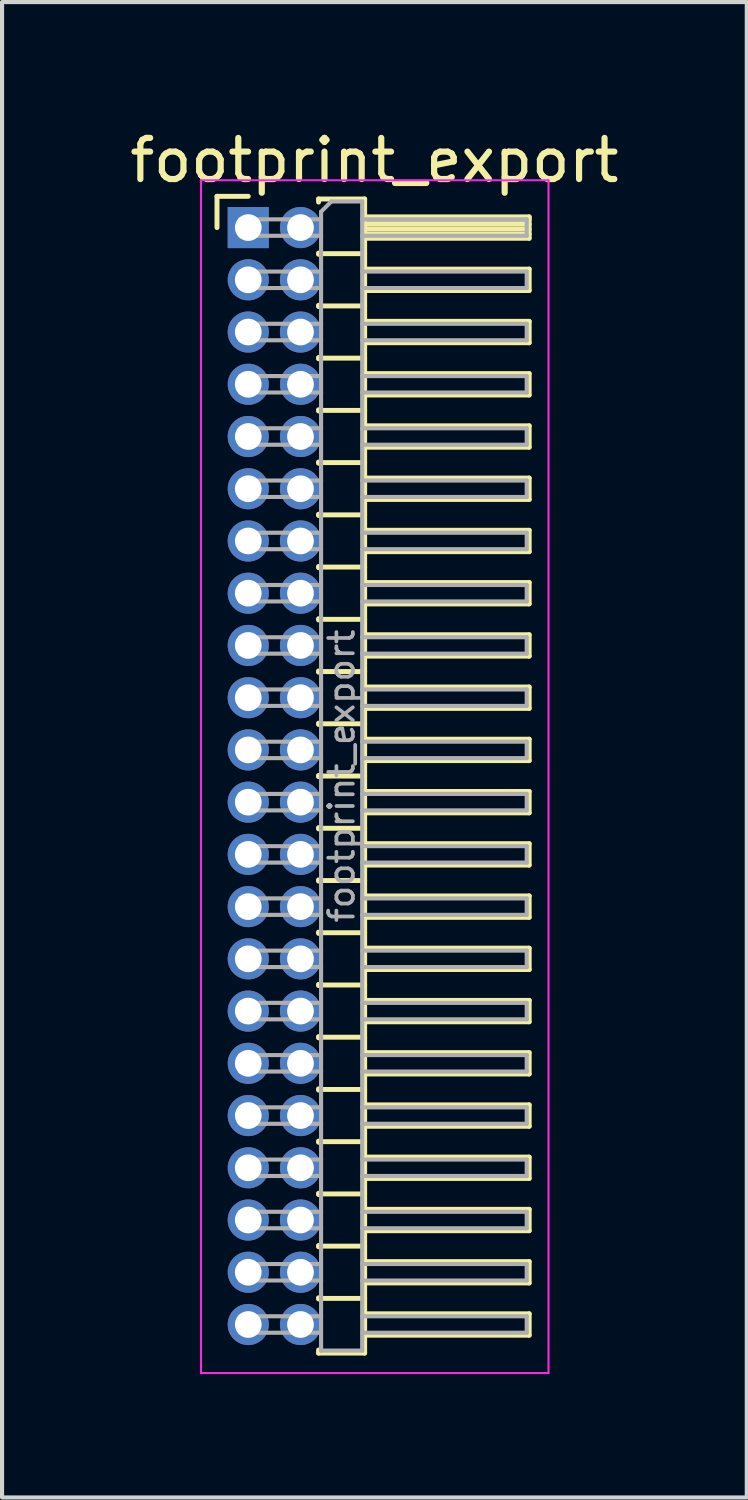
<source format=kicad_pcb>
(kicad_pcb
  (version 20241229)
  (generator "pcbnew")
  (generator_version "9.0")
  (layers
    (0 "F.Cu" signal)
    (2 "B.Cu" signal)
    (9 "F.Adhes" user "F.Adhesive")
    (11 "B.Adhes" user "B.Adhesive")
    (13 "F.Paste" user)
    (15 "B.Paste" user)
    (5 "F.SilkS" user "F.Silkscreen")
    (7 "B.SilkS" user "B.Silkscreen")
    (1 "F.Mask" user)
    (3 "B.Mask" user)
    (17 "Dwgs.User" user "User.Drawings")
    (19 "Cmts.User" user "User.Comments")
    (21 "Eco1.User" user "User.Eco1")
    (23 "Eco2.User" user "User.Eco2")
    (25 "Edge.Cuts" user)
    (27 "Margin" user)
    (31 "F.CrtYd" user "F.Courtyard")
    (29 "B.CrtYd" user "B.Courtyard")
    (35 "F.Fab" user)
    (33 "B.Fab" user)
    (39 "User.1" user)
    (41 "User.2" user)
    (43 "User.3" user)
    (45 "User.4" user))
  (footprint "footprint_export"
    (layer "F.Cu")
    (at 2.986 2.483)
    (property "Reference" "footprint_export" (at 3.067 -1.635 0) (layer "F.SilkS") (effects (font (size 1 1) (thickness 0.15))))
    (attr through_hole)
    (fp_line (start -0.76 -0.76) (end 0 -0.76) (stroke (width 0.12) (type solid)) (layer "F.SilkS"))
    (fp_line (start -0.76 0) (end -0.76 -0.76) (stroke (width 0.12) (type solid)) (layer "F.SilkS"))
    (fp_line (start 1.71 -0.695) (end 2.83 -0.695) (stroke (width 0.12) (type solid)) (layer "F.SilkS"))
    (fp_line (start 1.71 -0.62) (end 1.71 -0.695) (stroke (width 0.12) (type solid)) (layer "F.SilkS"))
    (fp_line (start 1.71 0.62) (end 1.71 0.65) (stroke (width 0.12) (type solid)) (layer "F.SilkS"))
    (fp_line (start 1.71 0.635) (end 2.83 0.635) (stroke (width 0.12) (type solid)) (layer "F.SilkS"))
    (fp_line (start 1.71 1.89) (end 1.71 1.92) (stroke (width 0.12) (type solid)) (layer "F.SilkS"))
    (fp_line (start 1.71 1.905) (end 2.83 1.905) (stroke (width 0.12) (type solid)) (layer "F.SilkS"))
    (fp_line (start 1.71 3.16) (end 1.71 3.19) (stroke (width 0.12) (type solid)) (layer "F.SilkS"))
    (fp_line (start 1.71 3.175) (end 2.83 3.175) (stroke (width 0.12) (type solid)) (layer "F.SilkS"))
    (fp_line (start 1.71 4.43) (end 1.71 4.46) (stroke (width 0.12) (type solid)) (layer "F.SilkS"))
    (fp_line (start 1.71 4.445) (end 2.83 4.445) (stroke (width 0.12) (type solid)) (layer "F.SilkS"))
    (fp_line (start 1.71 5.7) (end 1.71 5.73) (stroke (width 0.12) (type solid)) (layer "F.SilkS"))
    (fp_line (start 1.71 5.715) (end 2.83 5.715) (stroke (width 0.12) (type solid)) (layer "F.SilkS"))
    (fp_line (start 1.71 6.97) (end 1.71 7) (stroke (width 0.12) (type solid)) (layer "F.SilkS"))
    (fp_line (start 1.71 6.985) (end 2.83 6.985) (stroke (width 0.12) (type solid)) (layer "F.SilkS"))
    (fp_line (start 1.71 8.24) (end 1.71 8.27) (stroke (width 0.12) (type solid)) (layer "F.SilkS"))
    (fp_line (start 1.71 8.255) (end 2.83 8.255) (stroke (width 0.12) (type solid)) (layer "F.SilkS"))
    (fp_line (start 1.71 9.51) (end 1.71 9.54) (stroke (width 0.12) (type solid)) (layer "F.SilkS"))
    (fp_line (start 1.71 9.525) (end 2.83 9.525) (stroke (width 0.12) (type solid)) (layer "F.SilkS"))
    (fp_line (start 1.71 10.78) (end 1.71 10.81) (stroke (width 0.12) (type solid)) (layer "F.SilkS"))
    (fp_line (start 1.71 10.795) (end 2.83 10.795) (stroke (width 0.12) (type solid)) (layer "F.SilkS"))
    (fp_line (start 1.71 12.05) (end 1.71 12.08) (stroke (width 0.12) (type solid)) (layer "F.SilkS"))
    (fp_line (start 1.71 12.065) (end 2.83 12.065) (stroke (width 0.12) (type solid)) (layer "F.SilkS"))
    (fp_line (start 1.71 13.32) (end 1.71 13.35) (stroke (width 0.12) (type solid)) (layer "F.SilkS"))
    (fp_line (start 1.71 13.335) (end 2.83 13.335) (stroke (width 0.12) (type solid)) (layer "F.SilkS"))
    (fp_line (start 1.71 14.59) (end 1.71 14.62) (stroke (width 0.12) (type solid)) (layer "F.SilkS"))
    (fp_line (start 1.71 14.605) (end 2.83 14.605) (stroke (width 0.12) (type solid)) (layer "F.SilkS"))
    (fp_line (start 1.71 15.86) (end 1.71 15.89) (stroke (width 0.12) (type solid)) (layer "F.SilkS"))
    (fp_line (start 1.71 15.875) (end 2.83 15.875) (stroke (width 0.12) (type solid)) (layer "F.SilkS"))
    (fp_line (start 1.71 17.13) (end 1.71 17.16) (stroke (width 0.12) (type solid)) (layer "F.SilkS"))
    (fp_line (start 1.71 17.145) (end 2.83 17.145) (stroke (width 0.12) (type solid)) (layer "F.SilkS"))
    (fp_line (start 1.71 18.4) (end 1.71 18.43) (stroke (width 0.12) (type solid)) (layer "F.SilkS"))
    (fp_line (start 1.71 18.415) (end 2.83 18.415) (stroke (width 0.12) (type solid)) (layer "F.SilkS"))
    (fp_line (start 1.71 19.67) (end 1.71 19.7) (stroke (width 0.12) (type solid)) (layer "F.SilkS"))
    (fp_line (start 1.71 19.685) (end 2.83 19.685) (stroke (width 0.12) (type solid)) (layer "F.SilkS"))
    (fp_line (start 1.71 20.94) (end 1.71 20.97) (stroke (width 0.12) (type solid)) (layer "F.SilkS"))
    (fp_line (start 1.71 20.955) (end 2.83 20.955) (stroke (width 0.12) (type solid)) (layer "F.SilkS"))
    (fp_line (start 1.71 22.21) (end 1.71 22.24) (stroke (width 0.12) (type solid)) (layer "F.SilkS"))
    (fp_line (start 1.71 22.225) (end 2.83 22.225) (stroke (width 0.12) (type solid)) (layer "F.SilkS"))
    (fp_line (start 1.71 23.48) (end 1.71 23.51) (stroke (width 0.12) (type solid)) (layer "F.SilkS"))
    (fp_line (start 1.71 23.495) (end 2.83 23.495) (stroke (width 0.12) (type solid)) (layer "F.SilkS"))
    (fp_line (start 1.71 24.75) (end 1.71 24.78) (stroke (width 0.12) (type solid)) (layer "F.SilkS"))
    (fp_line (start 1.71 24.765) (end 2.83 24.765) (stroke (width 0.12) (type solid)) (layer "F.SilkS"))
    (fp_line (start 1.71 26.02) (end 1.71 26.05) (stroke (width 0.12) (type solid)) (layer "F.SilkS"))
    (fp_line (start 1.71 26.035) (end 2.83 26.035) (stroke (width 0.12) (type solid)) (layer "F.SilkS"))
    (fp_line (start 1.71 27.365) (end 1.71 27.29) (stroke (width 0.12) (type solid)) (layer "F.SilkS"))
    (fp_line (start 2.83 -0.695) (end 2.83 27.365) (stroke (width 0.12) (type solid)) (layer "F.SilkS"))
    (fp_line (start 2.83 -0.26) (end 6.83 -0.26) (stroke (width 0.12) (type solid)) (layer "F.SilkS"))
    (fp_line (start 2.83 -0.2) (end 6.83 -0.2) (stroke (width 0.12) (type solid)) (layer "F.SilkS"))
    (fp_line (start 2.83 -0.08) (end 6.83 -0.08) (stroke (width 0.12) (type solid)) (layer "F.SilkS"))
    (fp_line (start 2.83 0.04) (end 6.83 0.04) (stroke (width 0.12) (type solid)) (layer "F.SilkS"))
    (fp_line (start 2.83 0.16) (end 6.83 0.16) (stroke (width 0.12) (type solid)) (layer "F.SilkS"))
    (fp_line (start 2.83 1.01) (end 6.83 1.01) (stroke (width 0.12) (type solid)) (layer "F.SilkS"))
    (fp_line (start 2.83 2.28) (end 6.83 2.28) (stroke (width 0.12) (type solid)) (layer "F.SilkS"))
    (fp_line (start 2.83 3.55) (end 6.83 3.55) (stroke (width 0.12) (type solid)) (layer "F.SilkS"))
    (fp_line (start 2.83 4.82) (end 6.83 4.82) (stroke (width 0.12) (type solid)) (layer "F.SilkS"))
    (fp_line (start 2.83 6.09) (end 6.83 6.09) (stroke (width 0.12) (type solid)) (layer "F.SilkS"))
    (fp_line (start 2.83 7.36) (end 6.83 7.36) (stroke (width 0.12) (type solid)) (layer "F.SilkS"))
    (fp_line (start 2.83 8.63) (end 6.83 8.63) (stroke (width 0.12) (type solid)) (layer "F.SilkS"))
    (fp_line (start 2.83 9.9) (end 6.83 9.9) (stroke (width 0.12) (type solid)) (layer "F.SilkS"))
    (fp_line (start 2.83 11.17) (end 6.83 11.17) (stroke (width 0.12) (type solid)) (layer "F.SilkS"))
    (fp_line (start 2.83 12.44) (end 6.83 12.44) (stroke (width 0.12) (type solid)) (layer "F.SilkS"))
    (fp_line (start 2.83 13.71) (end 6.83 13.71) (stroke (width 0.12) (type solid)) (layer "F.SilkS"))
    (fp_line (start 2.83 14.98) (end 6.83 14.98) (stroke (width 0.12) (type solid)) (layer "F.SilkS"))
    (fp_line (start 2.83 16.25) (end 6.83 16.25) (stroke (width 0.12) (type solid)) (layer "F.SilkS"))
    (fp_line (start 2.83 17.52) (end 6.83 17.52) (stroke (width 0.12) (type solid)) (layer "F.SilkS"))
    (fp_line (start 2.83 18.79) (end 6.83 18.79) (stroke (width 0.12) (type solid)) (layer "F.SilkS"))
    (fp_line (start 2.83 20.06) (end 6.83 20.06) (stroke (width 0.12) (type solid)) (layer "F.SilkS"))
    (fp_line (start 2.83 21.33) (end 6.83 21.33) (stroke (width 0.12) (type solid)) (layer "F.SilkS"))
    (fp_line (start 2.83 22.6) (end 6.83 22.6) (stroke (width 0.12) (type solid)) (layer "F.SilkS"))
    (fp_line (start 2.83 23.87) (end 6.83 23.87) (stroke (width 0.12) (type solid)) (layer "F.SilkS"))
    (fp_line (start 2.83 25.14) (end 6.83 25.14) (stroke (width 0.12) (type solid)) (layer "F.SilkS"))
    (fp_line (start 2.83 26.41) (end 6.83 26.41) (stroke (width 0.12) (type solid)) (layer "F.SilkS"))
    (fp_line (start 2.83 27.365) (end 1.71 27.365) (stroke (width 0.12) (type solid)) (layer "F.SilkS"))
    (fp_line (start 6.83 -0.26) (end 6.83 0.26) (stroke (width 0.12) (type solid)) (layer "F.SilkS"))
    (fp_line (start 6.83 0.26) (end 2.83 0.26) (stroke (width 0.12) (type solid)) (layer "F.SilkS"))
    (fp_line (start 6.83 1.01) (end 6.83 1.53) (stroke (width 0.12) (type solid)) (layer "F.SilkS"))
    (fp_line (start 6.83 1.53) (end 2.83 1.53) (stroke (width 0.12) (type solid)) (layer "F.SilkS"))
    (fp_line (start 6.83 2.28) (end 6.83 2.8) (stroke (width 0.12) (type solid)) (layer "F.SilkS"))
    (fp_line (start 6.83 2.8) (end 2.83 2.8) (stroke (width 0.12) (type solid)) (layer "F.SilkS"))
    (fp_line (start 6.83 3.55) (end 6.83 4.07) (stroke (width 0.12) (type solid)) (layer "F.SilkS"))
    (fp_line (start 6.83 4.07) (end 2.83 4.07) (stroke (width 0.12) (type solid)) (layer "F.SilkS"))
    (fp_line (start 6.83 4.82) (end 6.83 5.34) (stroke (width 0.12) (type solid)) (layer "F.SilkS"))
    (fp_line (start 6.83 5.34) (end 2.83 5.34) (stroke (width 0.12) (type solid)) (layer "F.SilkS"))
    (fp_line (start 6.83 6.09) (end 6.83 6.61) (stroke (width 0.12) (type solid)) (layer "F.SilkS"))
    (fp_line (start 6.83 6.61) (end 2.83 6.61) (stroke (width 0.12) (type solid)) (layer "F.SilkS"))
    (fp_line (start 6.83 7.36) (end 6.83 7.88) (stroke (width 0.12) (type solid)) (layer "F.SilkS"))
    (fp_line (start 6.83 7.88) (end 2.83 7.88) (stroke (width 0.12) (type solid)) (layer "F.SilkS"))
    (fp_line (start 6.83 8.63) (end 6.83 9.15) (stroke (width 0.12) (type solid)) (layer "F.SilkS"))
    (fp_line (start 6.83 9.15) (end 2.83 9.15) (stroke (width 0.12) (type solid)) (layer "F.SilkS"))
    (fp_line (start 6.83 9.9) (end 6.83 10.42) (stroke (width 0.12) (type solid)) (layer "F.SilkS"))
    (fp_line (start 6.83 10.42) (end 2.83 10.42) (stroke (width 0.12) (type solid)) (layer "F.SilkS"))
    (fp_line (start 6.83 11.17) (end 6.83 11.69) (stroke (width 0.12) (type solid)) (layer "F.SilkS"))
    (fp_line (start 6.83 11.69) (end 2.83 11.69) (stroke (width 0.12) (type solid)) (layer "F.SilkS"))
    (fp_line (start 6.83 12.44) (end 6.83 12.96) (stroke (width 0.12) (type solid)) (layer "F.SilkS"))
    (fp_line (start 6.83 12.96) (end 2.83 12.96) (stroke (width 0.12) (type solid)) (layer "F.SilkS"))
    (fp_line (start 6.83 13.71) (end 6.83 14.23) (stroke (width 0.12) (type solid)) (layer "F.SilkS"))
    (fp_line (start 6.83 14.23) (end 2.83 14.23) (stroke (width 0.12) (type solid)) (layer "F.SilkS"))
    (fp_line (start 6.83 14.98) (end 6.83 15.5) (stroke (width 0.12) (type solid)) (layer "F.SilkS"))
    (fp_line (start 6.83 15.5) (end 2.83 15.5) (stroke (width 0.12) (type solid)) (layer "F.SilkS"))
    (fp_line (start 6.83 16.25) (end 6.83 16.77) (stroke (width 0.12) (type solid)) (layer "F.SilkS"))
    (fp_line (start 6.83 16.77) (end 2.83 16.77) (stroke (width 0.12) (type solid)) (layer "F.SilkS"))
    (fp_line (start 6.83 17.52) (end 6.83 18.04) (stroke (width 0.12) (type solid)) (layer "F.SilkS"))
    (fp_line (start 6.83 18.04) (end 2.83 18.04) (stroke (width 0.12) (type solid)) (layer "F.SilkS"))
    (fp_line (start 6.83 18.79) (end 6.83 19.31) (stroke (width 0.12) (type solid)) (layer "F.SilkS"))
    (fp_line (start 6.83 19.31) (end 2.83 19.31) (stroke (width 0.12) (type solid)) (layer "F.SilkS"))
    (fp_line (start 6.83 20.06) (end 6.83 20.58) (stroke (width 0.12) (type solid)) (layer "F.SilkS"))
    (fp_line (start 6.83 20.58) (end 2.83 20.58) (stroke (width 0.12) (type solid)) (layer "F.SilkS"))
    (fp_line (start 6.83 21.33) (end 6.83 21.85) (stroke (width 0.12) (type solid)) (layer "F.SilkS"))
    (fp_line (start 6.83 21.85) (end 2.83 21.85) (stroke (width 0.12) (type solid)) (layer "F.SilkS"))
    (fp_line (start 6.83 22.6) (end 6.83 23.12) (stroke (width 0.12) (type solid)) (layer "F.SilkS"))
    (fp_line (start 6.83 23.12) (end 2.83 23.12) (stroke (width 0.12) (type solid)) (layer "F.SilkS"))
    (fp_line (start 6.83 23.87) (end 6.83 24.39) (stroke (width 0.12) (type solid)) (layer "F.SilkS"))
    (fp_line (start 6.83 24.39) (end 2.83 24.39) (stroke (width 0.12) (type solid)) (layer "F.SilkS"))
    (fp_line (start 6.83 25.14) (end 6.83 25.66) (stroke (width 0.12) (type solid)) (layer "F.SilkS"))
    (fp_line (start 6.83 25.66) (end 2.83 25.66) (stroke (width 0.12) (type solid)) (layer "F.SilkS"))
    (fp_line (start 6.83 26.41) (end 6.83 26.93) (stroke (width 0.12) (type solid)) (layer "F.SilkS"))
    (fp_line (start 6.83 26.93) (end 2.83 26.93) (stroke (width 0.12) (type solid)) (layer "F.SilkS"))
    (fp_line (start -1.15 -1.15) (end -1.15 27.85) (stroke (width 0.05) (type solid)) (layer "F.CrtYd"))
    (fp_line (start -1.15 27.85) (end 7.3 27.85) (stroke (width 0.05) (type solid)) (layer "F.CrtYd"))
    (fp_line (start 7.3 -1.15) (end -1.15 -1.15) (stroke (width 0.05) (type solid)) (layer "F.CrtYd"))
    (fp_line (start 7.3 27.85) (end 7.3 -1.15) (stroke (width 0.05) (type solid)) (layer "F.CrtYd"))
    (fp_line (start -0.2 -0.2) (end -0.2 0.2) (stroke (width 0.1) (type solid)) (layer "F.Fab"))
    (fp_line (start -0.2 -0.2) (end 1.77 -0.2) (stroke (width 0.1) (type solid)) (layer "F.Fab"))
    (fp_line (start -0.2 0.2) (end 1.77 0.2) (stroke (width 0.1) (type solid)) (layer "F.Fab"))
    (fp_line (start -0.2 1.07) (end -0.2 1.47) (stroke (width 0.1) (type solid)) (layer "F.Fab"))
    (fp_line (start -0.2 1.07) (end 1.77 1.07) (stroke (width 0.1) (type solid)) (layer "F.Fab"))
    (fp_line (start -0.2 1.47) (end 1.77 1.47) (stroke (width 0.1) (type solid)) (layer "F.Fab"))
    (fp_line (start -0.2 2.34) (end -0.2 2.74) (stroke (width 0.1) (type solid)) (layer "F.Fab"))
    (fp_line (start -0.2 2.34) (end 1.77 2.34) (stroke (width 0.1) (type solid)) (layer "F.Fab"))
    (fp_line (start -0.2 2.74) (end 1.77 2.74) (stroke (width 0.1) (type solid)) (layer "F.Fab"))
    (fp_line (start -0.2 3.61) (end -0.2 4.01) (stroke (width 0.1) (type solid)) (layer "F.Fab"))
    (fp_line (start -0.2 3.61) (end 1.77 3.61) (stroke (width 0.1) (type solid)) (layer "F.Fab"))
    (fp_line (start -0.2 4.01) (end 1.77 4.01) (stroke (width 0.1) (type solid)) (layer "F.Fab"))
    (fp_line (start -0.2 4.88) (end -0.2 5.28) (stroke (width 0.1) (type solid)) (layer "F.Fab"))
    (fp_line (start -0.2 4.88) (end 1.77 4.88) (stroke (width 0.1) (type solid)) (layer "F.Fab"))
    (fp_line (start -0.2 5.28) (end 1.77 5.28) (stroke (width 0.1) (type solid)) (layer "F.Fab"))
    (fp_line (start -0.2 6.15) (end -0.2 6.55) (stroke (width 0.1) (type solid)) (layer "F.Fab"))
    (fp_line (start -0.2 6.15) (end 1.77 6.15) (stroke (width 0.1) (type solid)) (layer "F.Fab"))
    (fp_line (start -0.2 6.55) (end 1.77 6.55) (stroke (width 0.1) (type solid)) (layer "F.Fab"))
    (fp_line (start -0.2 7.42) (end -0.2 7.82) (stroke (width 0.1) (type solid)) (layer "F.Fab"))
    (fp_line (start -0.2 7.42) (end 1.77 7.42) (stroke (width 0.1) (type solid)) (layer "F.Fab"))
    (fp_line (start -0.2 7.82) (end 1.77 7.82) (stroke (width 0.1) (type solid)) (layer "F.Fab"))
    (fp_line (start -0.2 8.69) (end -0.2 9.09) (stroke (width 0.1) (type solid)) (layer "F.Fab"))
    (fp_line (start -0.2 8.69) (end 1.77 8.69) (stroke (width 0.1) (type solid)) (layer "F.Fab"))
    (fp_line (start -0.2 9.09) (end 1.77 9.09) (stroke (width 0.1) (type solid)) (layer "F.Fab"))
    (fp_line (start -0.2 9.96) (end -0.2 10.36) (stroke (width 0.1) (type solid)) (layer "F.Fab"))
    (fp_line (start -0.2 9.96) (end 1.77 9.96) (stroke (width 0.1) (type solid)) (layer "F.Fab"))
    (fp_line (start -0.2 10.36) (end 1.77 10.36) (stroke (width 0.1) (type solid)) (layer "F.Fab"))
    (fp_line (start -0.2 11.23) (end -0.2 11.63) (stroke (width 0.1) (type solid)) (layer "F.Fab"))
    (fp_line (start -0.2 11.23) (end 1.77 11.23) (stroke (width 0.1) (type solid)) (layer "F.Fab"))
    (fp_line (start -0.2 11.63) (end 1.77 11.63) (stroke (width 0.1) (type solid)) (layer "F.Fab"))
    (fp_line (start -0.2 12.5) (end -0.2 12.9) (stroke (width 0.1) (type solid)) (layer "F.Fab"))
    (fp_line (start -0.2 12.5) (end 1.77 12.5) (stroke (width 0.1) (type solid)) (layer "F.Fab"))
    (fp_line (start -0.2 12.9) (end 1.77 12.9) (stroke (width 0.1) (type solid)) (layer "F.Fab"))
    (fp_line (start -0.2 13.77) (end -0.2 14.17) (stroke (width 0.1) (type solid)) (layer "F.Fab"))
    (fp_line (start -0.2 13.77) (end 1.77 13.77) (stroke (width 0.1) (type solid)) (layer "F.Fab"))
    (fp_line (start -0.2 14.17) (end 1.77 14.17) (stroke (width 0.1) (type solid)) (layer "F.Fab"))
    (fp_line (start -0.2 15.04) (end -0.2 15.44) (stroke (width 0.1) (type solid)) (layer "F.Fab"))
    (fp_line (start -0.2 15.04) (end 1.77 15.04) (stroke (width 0.1) (type solid)) (layer "F.Fab"))
    (fp_line (start -0.2 15.44) (end 1.77 15.44) (stroke (width 0.1) (type solid)) (layer "F.Fab"))
    (fp_line (start -0.2 16.31) (end -0.2 16.71) (stroke (width 0.1) (type solid)) (layer "F.Fab"))
    (fp_line (start -0.2 16.31) (end 1.77 16.31) (stroke (width 0.1) (type solid)) (layer "F.Fab"))
    (fp_line (start -0.2 16.71) (end 1.77 16.71) (stroke (width 0.1) (type solid)) (layer "F.Fab"))
    (fp_line (start -0.2 17.58) (end -0.2 17.98) (stroke (width 0.1) (type solid)) (layer "F.Fab"))
    (fp_line (start -0.2 17.58) (end 1.77 17.58) (stroke (width 0.1) (type solid)) (layer "F.Fab"))
    (fp_line (start -0.2 17.98) (end 1.77 17.98) (stroke (width 0.1) (type solid)) (layer "F.Fab"))
    (fp_line (start -0.2 18.85) (end -0.2 19.25) (stroke (width 0.1) (type solid)) (layer "F.Fab"))
    (fp_line (start -0.2 18.85) (end 1.77 18.85) (stroke (width 0.1) (type solid)) (layer "F.Fab"))
    (fp_line (start -0.2 19.25) (end 1.77 19.25) (stroke (width 0.1) (type solid)) (layer "F.Fab"))
    (fp_line (start -0.2 20.12) (end -0.2 20.52) (stroke (width 0.1) (type solid)) (layer "F.Fab"))
    (fp_line (start -0.2 20.12) (end 1.77 20.12) (stroke (width 0.1) (type solid)) (layer "F.Fab"))
    (fp_line (start -0.2 20.52) (end 1.77 20.52) (stroke (width 0.1) (type solid)) (layer "F.Fab"))
    (fp_line (start -0.2 21.39) (end -0.2 21.79) (stroke (width 0.1) (type solid)) (layer "F.Fab"))
    (fp_line (start -0.2 21.39) (end 1.77 21.39) (stroke (width 0.1) (type solid)) (layer "F.Fab"))
    (fp_line (start -0.2 21.79) (end 1.77 21.79) (stroke (width 0.1) (type solid)) (layer "F.Fab"))
    (fp_line (start -0.2 22.66) (end -0.2 23.06) (stroke (width 0.1) (type solid)) (layer "F.Fab"))
    (fp_line (start -0.2 22.66) (end 1.77 22.66) (stroke (width 0.1) (type solid)) (layer "F.Fab"))
    (fp_line (start -0.2 23.06) (end 1.77 23.06) (stroke (width 0.1) (type solid)) (layer "F.Fab"))
    (fp_line (start -0.2 23.93) (end -0.2 24.33) (stroke (width 0.1) (type solid)) (layer "F.Fab"))
    (fp_line (start -0.2 23.93) (end 1.77 23.93) (stroke (width 0.1) (type solid)) (layer "F.Fab"))
    (fp_line (start -0.2 24.33) (end 1.77 24.33) (stroke (width 0.1) (type solid)) (layer "F.Fab"))
    (fp_line (start -0.2 25.2) (end -0.2 25.6) (stroke (width 0.1) (type solid)) (layer "F.Fab"))
    (fp_line (start -0.2 25.2) (end 1.77 25.2) (stroke (width 0.1) (type solid)) (layer "F.Fab"))
    (fp_line (start -0.2 25.6) (end 1.77 25.6) (stroke (width 0.1) (type solid)) (layer "F.Fab"))
    (fp_line (start -0.2 26.47) (end -0.2 26.87) (stroke (width 0.1) (type solid)) (layer "F.Fab"))
    (fp_line (start -0.2 26.47) (end 1.77 26.47) (stroke (width 0.1) (type solid)) (layer "F.Fab"))
    (fp_line (start -0.2 26.87) (end 1.77 26.87) (stroke (width 0.1) (type solid)) (layer "F.Fab"))
    (fp_line (start 1.77 -0.385) (end 2.02 -0.635) (stroke (width 0.1) (type solid)) (layer "F.Fab"))
    (fp_line (start 1.77 27.305) (end 1.77 -0.385) (stroke (width 0.1) (type solid)) (layer "F.Fab"))
    (fp_line (start 2.02 -0.635) (end 2.77 -0.635) (stroke (width 0.1) (type solid)) (layer "F.Fab"))
    (fp_line (start 2.77 -0.635) (end 2.77 27.305) (stroke (width 0.1) (type solid)) (layer "F.Fab"))
    (fp_line (start 2.77 -0.2) (end 6.77 -0.2) (stroke (width 0.1) (type solid)) (layer "F.Fab"))
    (fp_line (start 2.77 0.2) (end 6.77 0.2) (stroke (width 0.1) (type solid)) (layer "F.Fab"))
    (fp_line (start 2.77 1.07) (end 6.77 1.07) (stroke (width 0.1) (type solid)) (layer "F.Fab"))
    (fp_line (start 2.77 1.47) (end 6.77 1.47) (stroke (width 0.1) (type solid)) (layer "F.Fab"))
    (fp_line (start 2.77 2.34) (end 6.77 2.34) (stroke (width 0.1) (type solid)) (layer "F.Fab"))
    (fp_line (start 2.77 2.74) (end 6.77 2.74) (stroke (width 0.1) (type solid)) (layer "F.Fab"))
    (fp_line (start 2.77 3.61) (end 6.77 3.61) (stroke (width 0.1) (type solid)) (layer "F.Fab"))
    (fp_line (start 2.77 4.01) (end 6.77 4.01) (stroke (width 0.1) (type solid)) (layer "F.Fab"))
    (fp_line (start 2.77 4.88) (end 6.77 4.88) (stroke (width 0.1) (type solid)) (layer "F.Fab"))
    (fp_line (start 2.77 5.28) (end 6.77 5.28) (stroke (width 0.1) (type solid)) (layer "F.Fab"))
    (fp_line (start 2.77 6.15) (end 6.77 6.15) (stroke (width 0.1) (type solid)) (layer "F.Fab"))
    (fp_line (start 2.77 6.55) (end 6.77 6.55) (stroke (width 0.1) (type solid)) (layer "F.Fab"))
    (fp_line (start 2.77 7.42) (end 6.77 7.42) (stroke (width 0.1) (type solid)) (layer "F.Fab"))
    (fp_line (start 2.77 7.82) (end 6.77 7.82) (stroke (width 0.1) (type solid)) (layer "F.Fab"))
    (fp_line (start 2.77 8.69) (end 6.77 8.69) (stroke (width 0.1) (type solid)) (layer "F.Fab"))
    (fp_line (start 2.77 9.09) (end 6.77 9.09) (stroke (width 0.1) (type solid)) (layer "F.Fab"))
    (fp_line (start 2.77 9.96) (end 6.77 9.96) (stroke (width 0.1) (type solid)) (layer "F.Fab"))
    (fp_line (start 2.77 10.36) (end 6.77 10.36) (stroke (width 0.1) (type solid)) (layer "F.Fab"))
    (fp_line (start 2.77 11.23) (end 6.77 11.23) (stroke (width 0.1) (type solid)) (layer "F.Fab"))
    (fp_line (start 2.77 11.63) (end 6.77 11.63) (stroke (width 0.1) (type solid)) (layer "F.Fab"))
    (fp_line (start 2.77 12.5) (end 6.77 12.5) (stroke (width 0.1) (type solid)) (layer "F.Fab"))
    (fp_line (start 2.77 12.9) (end 6.77 12.9) (stroke (width 0.1) (type solid)) (layer "F.Fab"))
    (fp_line (start 2.77 13.77) (end 6.77 13.77) (stroke (width 0.1) (type solid)) (layer "F.Fab"))
    (fp_line (start 2.77 14.17) (end 6.77 14.17) (stroke (width 0.1) (type solid)) (layer "F.Fab"))
    (fp_line (start 2.77 15.04) (end 6.77 15.04) (stroke (width 0.1) (type solid)) (layer "F.Fab"))
    (fp_line (start 2.77 15.44) (end 6.77 15.44) (stroke (width 0.1) (type solid)) (layer "F.Fab"))
    (fp_line (start 2.77 16.31) (end 6.77 16.31) (stroke (width 0.1) (type solid)) (layer "F.Fab"))
    (fp_line (start 2.77 16.71) (end 6.77 16.71) (stroke (width 0.1) (type solid)) (layer "F.Fab"))
    (fp_line (start 2.77 17.58) (end 6.77 17.58) (stroke (width 0.1) (type solid)) (layer "F.Fab"))
    (fp_line (start 2.77 17.98) (end 6.77 17.98) (stroke (width 0.1) (type solid)) (layer "F.Fab"))
    (fp_line (start 2.77 18.85) (end 6.77 18.85) (stroke (width 0.1) (type solid)) (layer "F.Fab"))
    (fp_line (start 2.77 19.25) (end 6.77 19.25) (stroke (width 0.1) (type solid)) (layer "F.Fab"))
    (fp_line (start 2.77 20.12) (end 6.77 20.12) (stroke (width 0.1) (type solid)) (layer "F.Fab"))
    (fp_line (start 2.77 20.52) (end 6.77 20.52) (stroke (width 0.1) (type solid)) (layer "F.Fab"))
    (fp_line (start 2.77 21.39) (end 6.77 21.39) (stroke (width 0.1) (type solid)) (layer "F.Fab"))
    (fp_line (start 2.77 21.79) (end 6.77 21.79) (stroke (width 0.1) (type solid)) (layer "F.Fab"))
    (fp_line (start 2.77 22.66) (end 6.77 22.66) (stroke (width 0.1) (type solid)) (layer "F.Fab"))
    (fp_line (start 2.77 23.06) (end 6.77 23.06) (stroke (width 0.1) (type solid)) (layer "F.Fab"))
    (fp_line (start 2.77 23.93) (end 6.77 23.93) (stroke (width 0.1) (type solid)) (layer "F.Fab"))
    (fp_line (start 2.77 24.33) (end 6.77 24.33) (stroke (width 0.1) (type solid)) (layer "F.Fab"))
    (fp_line (start 2.77 25.2) (end 6.77 25.2) (stroke (width 0.1) (type solid)) (layer "F.Fab"))
    (fp_line (start 2.77 25.6) (end 6.77 25.6) (stroke (width 0.1) (type solid)) (layer "F.Fab"))
    (fp_line (start 2.77 26.47) (end 6.77 26.47) (stroke (width 0.1) (type solid)) (layer "F.Fab"))
    (fp_line (start 2.77 26.87) (end 6.77 26.87) (stroke (width 0.1) (type solid)) (layer "F.Fab"))
    (fp_line (start 2.77 27.305) (end 1.77 27.305) (stroke (width 0.1) (type solid)) (layer "F.Fab"))
    (fp_line (start 6.77 -0.2) (end 6.77 0.2) (stroke (width 0.1) (type solid)) (layer "F.Fab"))
    (fp_line (start 6.77 1.07) (end 6.77 1.47) (stroke (width 0.1) (type solid)) (layer "F.Fab"))
    (fp_line (start 6.77 2.34) (end 6.77 2.74) (stroke (width 0.1) (type solid)) (layer "F.Fab"))
    (fp_line (start 6.77 3.61) (end 6.77 4.01) (stroke (width 0.1) (type solid)) (layer "F.Fab"))
    (fp_line (start 6.77 4.88) (end 6.77 5.28) (stroke (width 0.1) (type solid)) (layer "F.Fab"))
    (fp_line (start 6.77 6.15) (end 6.77 6.55) (stroke (width 0.1) (type solid)) (layer "F.Fab"))
    (fp_line (start 6.77 7.42) (end 6.77 7.82) (stroke (width 0.1) (type solid)) (layer "F.Fab"))
    (fp_line (start 6.77 8.69) (end 6.77 9.09) (stroke (width 0.1) (type solid)) (layer "F.Fab"))
    (fp_line (start 6.77 9.96) (end 6.77 10.36) (stroke (width 0.1) (type solid)) (layer "F.Fab"))
    (fp_line (start 6.77 11.23) (end 6.77 11.63) (stroke (width 0.1) (type solid)) (layer "F.Fab"))
    (fp_line (start 6.77 12.5) (end 6.77 12.9) (stroke (width 0.1) (type solid)) (layer "F.Fab"))
    (fp_line (start 6.77 13.77) (end 6.77 14.17) (stroke (width 0.1) (type solid)) (layer "F.Fab"))
    (fp_line (start 6.77 15.04) (end 6.77 15.44) (stroke (width 0.1) (type solid)) (layer "F.Fab"))
    (fp_line (start 6.77 16.31) (end 6.77 16.71) (stroke (width 0.1) (type solid)) (layer "F.Fab"))
    (fp_line (start 6.77 17.58) (end 6.77 17.98) (stroke (width 0.1) (type solid)) (layer "F.Fab"))
    (fp_line (start 6.77 18.85) (end 6.77 19.25) (stroke (width 0.1) (type solid)) (layer "F.Fab"))
    (fp_line (start 6.77 20.12) (end 6.77 20.52) (stroke (width 0.1) (type solid)) (layer "F.Fab"))
    (fp_line (start 6.77 21.39) (end 6.77 21.79) (stroke (width 0.1) (type solid)) (layer "F.Fab"))
    (fp_line (start 6.77 22.66) (end 6.77 23.06) (stroke (width 0.1) (type solid)) (layer "F.Fab"))
    (fp_line (start 6.77 23.93) (end 6.77 24.33) (stroke (width 0.1) (type solid)) (layer "F.Fab"))
    (fp_line (start 6.77 25.2) (end 6.77 25.6) (stroke (width 0.1) (type solid)) (layer "F.Fab"))
    (fp_line (start 6.77 26.47) (end 6.77 26.87) (stroke (width 0.1) (type solid)) (layer "F.Fab"))
    (fp_text user "${REFERENCE}" (at 2.27 13.335 90) (layer "F.Fab") (effects (font (size 0.6 0.6) (thickness 0.09))))
    (pad "1" thru_hole rect (at 0 0) (size 1 1) (drill 0.65) (layers "*.Cu" "*.Mask"))
    (pad "2" thru_hole oval (at 1.27 0) (size 1 1) (drill 0.65) (layers "*.Cu" "*.Mask"))
    (pad "3" thru_hole oval (at 0 1.27) (size 1 1) (drill 0.65) (layers "*.Cu" "*.Mask"))
    (pad "4" thru_hole oval (at 1.27 1.27) (size 1 1) (drill 0.65) (layers "*.Cu" "*.Mask"))
    (pad "5" thru_hole oval (at 0 2.54) (size 1 1) (drill 0.65) (layers "*.Cu" "*.Mask"))
    (pad "6" thru_hole oval (at 1.27 2.54) (size 1 1) (drill 0.65) (layers "*.Cu" "*.Mask"))
    (pad "7" thru_hole oval (at 0 3.81) (size 1 1) (drill 0.65) (layers "*.Cu" "*.Mask"))
    (pad "8" thru_hole oval (at 1.27 3.81) (size 1 1) (drill 0.65) (layers "*.Cu" "*.Mask"))
    (pad "9" thru_hole oval (at 0 5.08) (size 1 1) (drill 0.65) (layers "*.Cu" "*.Mask"))
    (pad "10" thru_hole oval (at 1.27 5.08) (size 1 1) (drill 0.65) (layers "*.Cu" "*.Mask"))
    (pad "11" thru_hole oval (at 0 6.35) (size 1 1) (drill 0.65) (layers "*.Cu" "*.Mask"))
    (pad "12" thru_hole oval (at 1.27 6.35) (size 1 1) (drill 0.65) (layers "*.Cu" "*.Mask"))
    (pad "13" thru_hole oval (at 0 7.62) (size 1 1) (drill 0.65) (layers "*.Cu" "*.Mask"))
    (pad "14" thru_hole oval (at 1.27 7.62) (size 1 1) (drill 0.65) (layers "*.Cu" "*.Mask"))
    (pad "15" thru_hole oval (at 0 8.89) (size 1 1) (drill 0.65) (layers "*.Cu" "*.Mask"))
    (pad "16" thru_hole oval (at 1.27 8.89) (size 1 1) (drill 0.65) (layers "*.Cu" "*.Mask"))
    (pad "17" thru_hole oval (at 0 10.16) (size 1 1) (drill 0.65) (layers "*.Cu" "*.Mask"))
    (pad "18" thru_hole oval (at 1.27 10.16) (size 1 1) (drill 0.65) (layers "*.Cu" "*.Mask"))
    (pad "19" thru_hole oval (at 0 11.43) (size 1 1) (drill 0.65) (layers "*.Cu" "*.Mask"))
    (pad "20" thru_hole oval (at 1.27 11.43) (size 1 1) (drill 0.65) (layers "*.Cu" "*.Mask"))
    (pad "21" thru_hole oval (at 0 12.7) (size 1 1) (drill 0.65) (layers "*.Cu" "*.Mask"))
    (pad "22" thru_hole oval (at 1.27 12.7) (size 1 1) (drill 0.65) (layers "*.Cu" "*.Mask"))
    (pad "23" thru_hole oval (at 0 13.97) (size 1 1) (drill 0.65) (layers "*.Cu" "*.Mask"))
    (pad "24" thru_hole oval (at 1.27 13.97) (size 1 1) (drill 0.65) (layers "*.Cu" "*.Mask"))
    (pad "25" thru_hole oval (at 0 15.24) (size 1 1) (drill 0.65) (layers "*.Cu" "*.Mask"))
    (pad "26" thru_hole oval (at 1.27 15.24) (size 1 1) (drill 0.65) (layers "*.Cu" "*.Mask"))
    (pad "27" thru_hole oval (at 0 16.51) (size 1 1) (drill 0.65) (layers "*.Cu" "*.Mask"))
    (pad "28" thru_hole oval (at 1.27 16.51) (size 1 1) (drill 0.65) (layers "*.Cu" "*.Mask"))
    (pad "29" thru_hole oval (at 0 17.78) (size 1 1) (drill 0.65) (layers "*.Cu" "*.Mask"))
    (pad "30" thru_hole oval (at 1.27 17.78) (size 1 1) (drill 0.65) (layers "*.Cu" "*.Mask"))
    (pad "31" thru_hole oval (at 0 19.05) (size 1 1) (drill 0.65) (layers "*.Cu" "*.Mask"))
    (pad "32" thru_hole oval (at 1.27 19.05) (size 1 1) (drill 0.65) (layers "*.Cu" "*.Mask"))
    (pad "33" thru_hole oval (at 0 20.32) (size 1 1) (drill 0.65) (layers "*.Cu" "*.Mask"))
    (pad "34" thru_hole oval (at 1.27 20.32) (size 1 1) (drill 0.65) (layers "*.Cu" "*.Mask"))
    (pad "35" thru_hole oval (at 0 21.59) (size 1 1) (drill 0.65) (layers "*.Cu" "*.Mask"))
    (pad "36" thru_hole oval (at 1.27 21.59) (size 1 1) (drill 0.65) (layers "*.Cu" "*.Mask"))
    (pad "37" thru_hole oval (at 0 22.86) (size 1 1) (drill 0.65) (layers "*.Cu" "*.Mask"))
    (pad "38" thru_hole oval (at 1.27 22.86) (size 1 1) (drill 0.65) (layers "*.Cu" "*.Mask"))
    (pad "39" thru_hole oval (at 0 24.13) (size 1 1) (drill 0.65) (layers "*.Cu" "*.Mask"))
    (pad "40" thru_hole oval (at 1.27 24.13) (size 1 1) (drill 0.65) (layers "*.Cu" "*.Mask"))
    (pad "41" thru_hole oval (at 0 25.4) (size 1 1) (drill 0.65) (layers "*.Cu" "*.Mask"))
    (pad "42" thru_hole oval (at 1.27 25.4) (size 1 1) (drill 0.65) (layers "*.Cu" "*.Mask"))
    (pad "43" thru_hole oval (at 0 26.67) (size 1 1) (drill 0.65) (layers "*.Cu" "*.Mask"))
    (pad "44" thru_hole oval (at 1.27 26.67) (size 1 1) (drill 0.65) (layers "*.Cu" "*.Mask")))
  (gr_rect
    (start -3 -3)
    (end 15.107 33.358)
    (stroke (width 0.1) (type default))
    (fill no)
    (layer "Edge.Cuts")))
</source>
